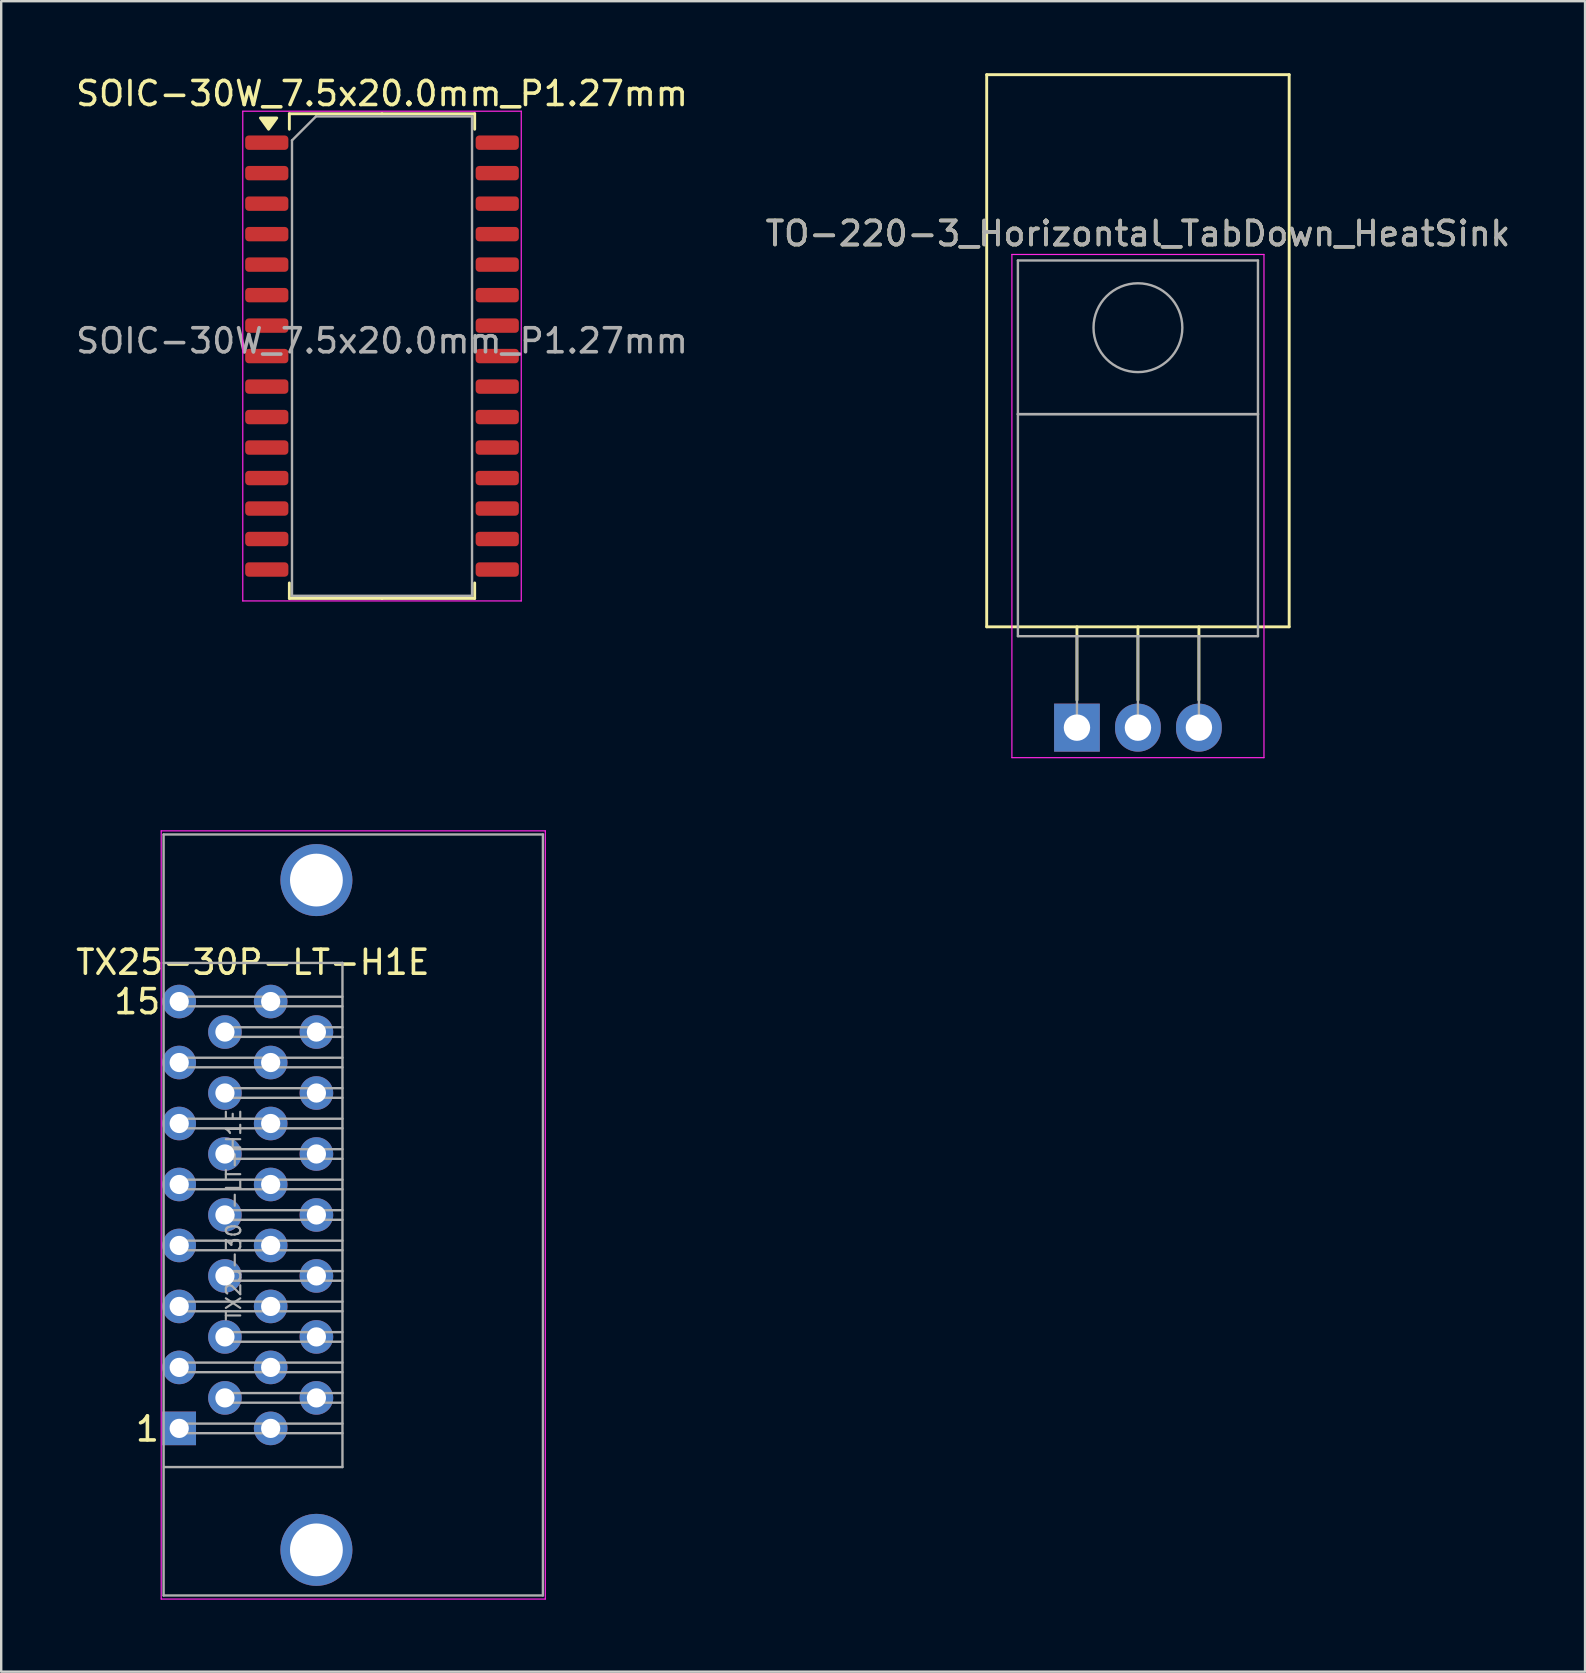
<source format=kicad_pcb>
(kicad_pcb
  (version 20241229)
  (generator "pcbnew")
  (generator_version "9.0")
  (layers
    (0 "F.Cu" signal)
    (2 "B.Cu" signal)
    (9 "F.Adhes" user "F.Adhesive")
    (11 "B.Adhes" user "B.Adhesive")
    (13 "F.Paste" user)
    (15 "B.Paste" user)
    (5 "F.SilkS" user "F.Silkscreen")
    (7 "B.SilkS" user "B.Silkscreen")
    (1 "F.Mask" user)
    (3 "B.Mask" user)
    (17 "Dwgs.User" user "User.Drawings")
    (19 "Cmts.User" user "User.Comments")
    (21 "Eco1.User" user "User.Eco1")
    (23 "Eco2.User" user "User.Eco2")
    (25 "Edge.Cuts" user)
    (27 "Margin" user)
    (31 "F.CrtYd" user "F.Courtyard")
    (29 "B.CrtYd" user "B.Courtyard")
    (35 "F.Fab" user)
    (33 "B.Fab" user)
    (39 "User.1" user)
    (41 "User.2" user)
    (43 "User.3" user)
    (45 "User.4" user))
  (footprint "SOIC-30W_7.5x20.0mm_P1.27mm"
    (layer "F.Cu")
    (at 12.863 11.783)
    (property "Reference" "SOIC-30W_7.5x20.0mm_P1.27mm" (at 0 -10.935 0) (layer "F.SilkS") (effects (font (size 1 1) (thickness 0.15))))
    (attr smd)
    (fp_line (start -3.86 -10.095) (end -3.86 -9.45) (stroke (width 0.12) (type solid)) (layer "F.SilkS"))
    (fp_line (start -3.86 10.095) (end -3.86 9.45) (stroke (width 0.12) (type solid)) (layer "F.SilkS"))
    (fp_line (start 0 -10.095) (end -3.86 -10.095) (stroke (width 0.12) (type solid)) (layer "F.SilkS"))
    (fp_line (start 0 -10.095) (end 3.86 -10.095) (stroke (width 0.12) (type solid)) (layer "F.SilkS"))
    (fp_line (start 0 10.095) (end -3.86 10.095) (stroke (width 0.12) (type solid)) (layer "F.SilkS"))
    (fp_line (start 0 10.095) (end 3.86 10.095) (stroke (width 0.12) (type solid)) (layer "F.SilkS"))
    (fp_line (start 3.86 -10.095) (end 3.86 -9.45) (stroke (width 0.12) (type solid)) (layer "F.SilkS"))
    (fp_line (start 3.86 10.095) (end 3.86 9.45) (stroke (width 0.12) (type solid)) (layer "F.SilkS"))
    (fp_poly (pts (xy -4.725 -9.45) (xy -5.065 -9.92) (xy -4.385 -9.92) (xy -4.725 -9.45)) (stroke (width 0.12) (type solid)) (fill yes) (layer "F.SilkS"))
    (fp_line (start -5.8 -10.2) (end -5.8 10.2) (stroke (width 0.05) (type solid)) (layer "F.CrtYd"))
    (fp_line (start -5.8 10.2) (end 5.8 10.2) (stroke (width 0.05) (type solid)) (layer "F.CrtYd"))
    (fp_line (start 5.8 -10.2) (end -5.8 -10.2) (stroke (width 0.05) (type solid)) (layer "F.CrtYd"))
    (fp_line (start 5.8 10.2) (end 5.8 -10.2) (stroke (width 0.05) (type solid)) (layer "F.CrtYd"))
    (fp_line (start -3.75 -8.985) (end -2.75 -9.985) (stroke (width 0.1) (type solid)) (layer "F.Fab"))
    (fp_line (start -3.75 9.985) (end -3.75 -8.985) (stroke (width 0.1) (type solid)) (layer "F.Fab"))
    (fp_line (start -2.75 -9.985) (end 3.75 -9.985) (stroke (width 0.1) (type solid)) (layer "F.Fab"))
    (fp_line (start 3.75 -9.985) (end 3.75 9.985) (stroke (width 0.1) (type solid)) (layer "F.Fab"))
    (fp_line (start 3.75 9.985) (end -3.75 9.985) (stroke (width 0.1) (type solid)) (layer "F.Fab"))
    (fp_text user "${REFERENCE}" (at 0 -0.635 0) (layer "F.Fab") (effects (font (size 1 1) (thickness 0.15))))
    (pad "1" smd roundrect (at -4.8 -8.89) (size 1.8 0.6) (layers "F.Cu" "F.Mask" "F.Paste") (roundrect_rratio 0.25))
    (pad "2" smd roundrect (at -4.8 -7.62) (size 1.8 0.6) (layers "F.Cu" "F.Mask" "F.Paste") (roundrect_rratio 0.25))
    (pad "3" smd roundrect (at -4.8 -6.35) (size 1.8 0.6) (layers "F.Cu" "F.Mask" "F.Paste") (roundrect_rratio 0.25))
    (pad "4" smd roundrect (at -4.8 -5.08) (size 1.8 0.6) (layers "F.Cu" "F.Mask" "F.Paste") (roundrect_rratio 0.25))
    (pad "5" smd roundrect (at -4.8 -3.81) (size 1.8 0.6) (layers "F.Cu" "F.Mask" "F.Paste") (roundrect_rratio 0.25))
    (pad "6" smd roundrect (at -4.8 -2.54) (size 1.8 0.6) (layers "F.Cu" "F.Mask" "F.Paste") (roundrect_rratio 0.25))
    (pad "7" smd roundrect (at -4.8 -1.27) (size 1.8 0.6) (layers "F.Cu" "F.Mask" "F.Paste") (roundrect_rratio 0.25))
    (pad "8" smd roundrect (at -4.8 0) (size 1.8 0.6) (layers "F.Cu" "F.Mask" "F.Paste") (roundrect_rratio 0.25))
    (pad "9" smd roundrect (at -4.8 1.27) (size 1.8 0.6) (layers "F.Cu" "F.Mask" "F.Paste") (roundrect_rratio 0.25))
    (pad "10" smd roundrect (at -4.8 2.54) (size 1.8 0.6) (layers "F.Cu" "F.Mask" "F.Paste") (roundrect_rratio 0.25))
    (pad "11" smd roundrect (at -4.8 3.81) (size 1.8 0.6) (layers "F.Cu" "F.Mask" "F.Paste") (roundrect_rratio 0.25))
    (pad "12" smd roundrect (at -4.8 5.08) (size 1.8 0.6) (layers "F.Cu" "F.Mask" "F.Paste") (roundrect_rratio 0.25))
    (pad "13" smd roundrect (at -4.8 6.35) (size 1.8 0.6) (layers "F.Cu" "F.Mask" "F.Paste") (roundrect_rratio 0.25))
    (pad "14" smd roundrect (at -4.8 7.62) (size 1.8 0.6) (layers "F.Cu" "F.Mask" "F.Paste") (roundrect_rratio 0.25))
    (pad "15" smd roundrect (at -4.8 8.89) (size 1.8 0.6) (layers "F.Cu" "F.Mask" "F.Paste") (roundrect_rratio 0.25))
    (pad "16" smd roundrect (at 4.8 8.89) (size 1.8 0.6) (layers "F.Cu" "F.Mask" "F.Paste") (roundrect_rratio 0.25))
    (pad "17" smd roundrect (at 4.8 7.62) (size 1.8 0.6) (layers "F.Cu" "F.Mask" "F.Paste") (roundrect_rratio 0.25))
    (pad "18" smd roundrect (at 4.8 6.35) (size 1.8 0.6) (layers "F.Cu" "F.Mask" "F.Paste") (roundrect_rratio 0.25))
    (pad "19" smd roundrect (at 4.8 5.08) (size 1.8 0.6) (layers "F.Cu" "F.Mask" "F.Paste") (roundrect_rratio 0.25))
    (pad "20" smd roundrect (at 4.8 3.81) (size 1.8 0.6) (layers "F.Cu" "F.Mask" "F.Paste") (roundrect_rratio 0.25))
    (pad "21" smd roundrect (at 4.8 2.54) (size 1.8 0.6) (layers "F.Cu" "F.Mask" "F.Paste") (roundrect_rratio 0.25))
    (pad "22" smd roundrect (at 4.8 1.27) (size 1.8 0.6) (layers "F.Cu" "F.Mask" "F.Paste") (roundrect_rratio 0.25))
    (pad "23" smd roundrect (at 4.8 0) (size 1.8 0.6) (layers "F.Cu" "F.Mask" "F.Paste") (roundrect_rratio 0.25))
    (pad "24" smd roundrect (at 4.8 -1.27) (size 1.8 0.6) (layers "F.Cu" "F.Mask" "F.Paste") (roundrect_rratio 0.25))
    (pad "25" smd roundrect (at 4.8 -2.54) (size 1.8 0.6) (layers "F.Cu" "F.Mask" "F.Paste") (roundrect_rratio 0.25))
    (pad "26" smd roundrect (at 4.8 -3.81) (size 1.8 0.6) (layers "F.Cu" "F.Mask" "F.Paste") (roundrect_rratio 0.25))
    (pad "27" smd roundrect (at 4.8 -5.08) (size 1.8 0.6) (layers "F.Cu" "F.Mask" "F.Paste") (roundrect_rratio 0.25))
    (pad "28" smd roundrect (at 4.8 -6.35) (size 1.8 0.6) (layers "F.Cu" "F.Mask" "F.Paste") (roundrect_rratio 0.25))
    (pad "29" smd roundrect (at 4.8 -7.62) (size 1.8 0.6) (layers "F.Cu" "F.Mask" "F.Paste") (roundrect_rratio 0.25))
    (pad "30" smd roundrect (at 4.8 -8.89) (size 1.8 0.6) (layers "F.Cu" "F.Mask" "F.Paste") (roundrect_rratio 0.25)))
  (footprint "TO-220-3_Horizontal_TabDown_HeatSink"
    (layer "F.Cu")
    (at 41.811 27.26)
    (property "Reference" "TO-220-3_Horizontal_TabDown_HeatSink" (at 2.54 -20.58 0) (layer "F.SilkS") (effects (font (size 1 1) (thickness 0.15))))
    (attr through_hole)
    (fp_line (start -3.76 -27.2) (end -3.76 -4.2) (stroke (width 0.12) (type solid)) (layer "F.SilkS"))
    (fp_line (start -3.76 -27.2) (end 8.84 -27.2) (stroke (width 0.12) (type solid)) (layer "F.SilkS"))
    (fp_line (start -3.76 -4.2) (end 8.84 -4.2) (stroke (width 0.12) (type solid)) (layer "F.SilkS"))
    (fp_line (start 0 -4.2) (end 0 -1.15) (stroke (width 0.12) (type solid)) (layer "F.SilkS"))
    (fp_line (start 2.54 -4.2) (end 2.54 -1.15) (stroke (width 0.12) (type solid)) (layer "F.SilkS"))
    (fp_line (start 5.08 -4.2) (end 5.08 -1.15) (stroke (width 0.12) (type solid)) (layer "F.SilkS"))
    (fp_line (start 8.84 -27.2) (end 8.84 -4.2) (stroke (width 0.12) (type solid)) (layer "F.SilkS"))
    (fp_line (start -2.71 -19.71) (end -2.71 1.25) (stroke (width 0.05) (type solid)) (layer "F.CrtYd"))
    (fp_line (start -2.71 1.25) (end 7.79 1.25) (stroke (width 0.05) (type solid)) (layer "F.CrtYd"))
    (fp_line (start 7.79 -19.71) (end -2.71 -19.71) (stroke (width 0.05) (type solid)) (layer "F.CrtYd"))
    (fp_line (start 7.79 1.25) (end 7.79 -19.71) (stroke (width 0.05) (type solid)) (layer "F.CrtYd"))
    (fp_line (start -2.46 -19.46) (end 7.54 -19.46) (stroke (width 0.1) (type solid)) (layer "F.Fab"))
    (fp_line (start -2.46 -13.06) (end -2.46 -19.46) (stroke (width 0.1) (type solid)) (layer "F.Fab"))
    (fp_line (start -2.46 -13.06) (end 7.54 -13.06) (stroke (width 0.1) (type solid)) (layer "F.Fab"))
    (fp_line (start -2.46 -3.81) (end -2.46 -13.06) (stroke (width 0.1) (type solid)) (layer "F.Fab"))
    (fp_line (start 0 -3.81) (end 0 0) (stroke (width 0.1) (type solid)) (layer "F.Fab"))
    (fp_line (start 2.54 -3.81) (end 2.54 0) (stroke (width 0.1) (type solid)) (layer "F.Fab"))
    (fp_line (start 5.08 -3.81) (end 5.08 0) (stroke (width 0.1) (type solid)) (layer "F.Fab"))
    (fp_line (start 7.54 -19.46) (end 7.54 -13.06) (stroke (width 0.1) (type solid)) (layer "F.Fab"))
    (fp_line (start 7.54 -13.06) (end -2.46 -13.06) (stroke (width 0.1) (type solid)) (layer "F.Fab"))
    (fp_line (start 7.54 -13.06) (end 7.54 -3.81) (stroke (width 0.1) (type solid)) (layer "F.Fab"))
    (fp_line (start 7.54 -3.81) (end -2.46 -3.81) (stroke (width 0.1) (type solid)) (layer "F.Fab"))
    (fp_circle (center 2.54 -16.66) (end 4.39 -16.66) (stroke (width 0.1) (type solid)) (fill no) (layer "F.Fab"))
    (fp_text user "${REFERENCE}" (at 2.54 -20.58 0) (layer "F.Fab") (effects (font (size 1 1) (thickness 0.15))))
    (pad "1" thru_hole rect (at 0 0) (size 1.905 2) (drill 1.1) (layers "*.Cu" "*.Mask"))
    (pad "2" thru_hole oval (at 2.54 0) (size 1.905 2) (drill 1.1) (layers "*.Cu" "*.Mask"))
    (pad "3" thru_hole oval (at 5.08 0) (size 1.905 2) (drill 1.1) (layers "*.Cu" "*.Mask")))
  (footprint "TX25-30P-LT-H1E"
    (layer "F.Cu")
    (at 4.415 47.56)
    (property "Reference" "TX25-30P-LT-H1E" (at 3.067 -10.525 0) (layer "F.SilkS") (effects (font (size 1 1) (thickness 0.15))))
    (attr through_hole)
    (fp_line (start -0.75 -16) (end -0.75 16) (stroke (width 0.05) (type solid)) (layer "F.CrtYd"))
    (fp_line (start -0.75 16) (end 15.25 16) (stroke (width 0.05) (type solid)) (layer "F.CrtYd"))
    (fp_line (start 15.25 -16) (end -0.75 -16) (stroke (width 0.05) (type solid)) (layer "F.CrtYd"))
    (fp_line (start 15.25 16) (end 15.25 -16) (stroke (width 0.05) (type solid)) (layer "F.CrtYd"))
    (fp_line (start -0.65 -15.85) (end -0.65 15.85) (stroke (width 0.1) (type solid)) (layer "F.Fab"))
    (fp_line (start -0.65 -15.85) (end 15.15 -15.85) (stroke (width 0.1) (type solid)) (layer "F.Fab"))
    (fp_line (start -0.65 15.85) (end 15.15 15.85) (stroke (width 0.1) (type solid)) (layer "F.Fab"))
    (fp_line (start 0 -8.69) (end 0 -9.09) (stroke (width 0.1) (type solid)) (layer "F.Fab"))
    (fp_line (start 0 -6.15) (end 0 -6.55) (stroke (width 0.1) (type solid)) (layer "F.Fab"))
    (fp_line (start 0 -3.61) (end 0 -4.01) (stroke (width 0.1) (type solid)) (layer "F.Fab"))
    (fp_line (start 0 -1.07) (end 0 -1.47) (stroke (width 0.1) (type solid)) (layer "F.Fab"))
    (fp_line (start 0 1.47) (end 0 1.07) (stroke (width 0.1) (type solid)) (layer "F.Fab"))
    (fp_line (start 0 4.01) (end 0 3.61) (stroke (width 0.1) (type solid)) (layer "F.Fab"))
    (fp_line (start 0 6.55) (end 0 6.15) (stroke (width 0.1) (type solid)) (layer "F.Fab"))
    (fp_line (start 0 9.09) (end 0 8.69) (stroke (width 0.1) (type solid)) (layer "F.Fab"))
    (fp_line (start 1.9 -7.42) (end 1.9 -7.82) (stroke (width 0.1) (type solid)) (layer "F.Fab"))
    (fp_line (start 1.9 -4.88) (end 1.9 -5.28) (stroke (width 0.1) (type solid)) (layer "F.Fab"))
    (fp_line (start 1.9 -2.34) (end 1.9 -2.74) (stroke (width 0.1) (type solid)) (layer "F.Fab"))
    (fp_line (start 1.9 0.2) (end 1.9 -0.2) (stroke (width 0.1) (type solid)) (layer "F.Fab"))
    (fp_line (start 1.9 2.74) (end 1.9 2.34) (stroke (width 0.1) (type solid)) (layer "F.Fab"))
    (fp_line (start 1.9 5.28) (end 1.9 4.88) (stroke (width 0.1) (type solid)) (layer "F.Fab"))
    (fp_line (start 1.9 7.82) (end 1.9 7.42) (stroke (width 0.1) (type solid)) (layer "F.Fab"))
    (fp_line (start 6.8 -10.5) (end -0.65 -10.5) (stroke (width 0.1) (type solid)) (layer "F.Fab"))
    (fp_line (start 6.8 -10.5) (end 6.8 10.5) (stroke (width 0.1) (type solid)) (layer "F.Fab"))
    (fp_line (start 6.8 -9.09) (end 0 -9.09) (stroke (width 0.1) (type solid)) (layer "F.Fab"))
    (fp_line (start 6.8 -8.69) (end 0 -8.69) (stroke (width 0.1) (type solid)) (layer "F.Fab"))
    (fp_line (start 6.8 -7.82) (end 1.9 -7.82) (stroke (width 0.1) (type solid)) (layer "F.Fab"))
    (fp_line (start 6.8 -7.42) (end 1.9 -7.42) (stroke (width 0.1) (type solid)) (layer "F.Fab"))
    (fp_line (start 6.8 -6.55) (end 0 -6.55) (stroke (width 0.1) (type solid)) (layer "F.Fab"))
    (fp_line (start 6.8 -6.15) (end 0 -6.15) (stroke (width 0.1) (type solid)) (layer "F.Fab"))
    (fp_line (start 6.8 -5.28) (end 1.9 -5.28) (stroke (width 0.1) (type solid)) (layer "F.Fab"))
    (fp_line (start 6.8 -4.88) (end 1.9 -4.88) (stroke (width 0.1) (type solid)) (layer "F.Fab"))
    (fp_line (start 6.8 -4.01) (end 0 -4.01) (stroke (width 0.1) (type solid)) (layer "F.Fab"))
    (fp_line (start 6.8 -3.61) (end 0 -3.61) (stroke (width 0.1) (type solid)) (layer "F.Fab"))
    (fp_line (start 6.8 -2.74) (end 1.9 -2.74) (stroke (width 0.1) (type solid)) (layer "F.Fab"))
    (fp_line (start 6.8 -2.34) (end 1.9 -2.34) (stroke (width 0.1) (type solid)) (layer "F.Fab"))
    (fp_line (start 6.8 -1.47) (end 0 -1.47) (stroke (width 0.1) (type solid)) (layer "F.Fab"))
    (fp_line (start 6.8 -1.07) (end 0 -1.07) (stroke (width 0.1) (type solid)) (layer "F.Fab"))
    (fp_line (start 6.8 -0.2) (end 1.9 -0.2) (stroke (width 0.1) (type solid)) (layer "F.Fab"))
    (fp_line (start 6.8 0.2) (end 1.9 0.2) (stroke (width 0.1) (type solid)) (layer "F.Fab"))
    (fp_line (start 6.8 1.07) (end 0 1.07) (stroke (width 0.1) (type solid)) (layer "F.Fab"))
    (fp_line (start 6.8 1.47) (end 0 1.47) (stroke (width 0.1) (type solid)) (layer "F.Fab"))
    (fp_line (start 6.8 2.34) (end 1.9 2.34) (stroke (width 0.1) (type solid)) (layer "F.Fab"))
    (fp_line (start 6.8 2.74) (end 1.9 2.74) (stroke (width 0.1) (type solid)) (layer "F.Fab"))
    (fp_line (start 6.8 3.61) (end 0 3.61) (stroke (width 0.1) (type solid)) (layer "F.Fab"))
    (fp_line (start 6.8 4.01) (end 0 4.01) (stroke (width 0.1) (type solid)) (layer "F.Fab"))
    (fp_line (start 6.8 4.88) (end 1.9 4.88) (stroke (width 0.1) (type solid)) (layer "F.Fab"))
    (fp_line (start 6.8 5.28) (end 1.9 5.28) (stroke (width 0.1) (type solid)) (layer "F.Fab"))
    (fp_line (start 6.8 6.15) (end 0 6.15) (stroke (width 0.1) (type solid)) (layer "F.Fab"))
    (fp_line (start 6.8 6.55) (end 0 6.55) (stroke (width 0.1) (type solid)) (layer "F.Fab"))
    (fp_line (start 6.8 7.42) (end 1.9 7.42) (stroke (width 0.1) (type solid)) (layer "F.Fab"))
    (fp_line (start 6.8 7.82) (end 1.9 7.82) (stroke (width 0.1) (type solid)) (layer "F.Fab"))
    (fp_line (start 6.8 8.69) (end 0 8.69) (stroke (width 0.1) (type solid)) (layer "F.Fab"))
    (fp_line (start 6.8 9.09) (end 0 9.09) (stroke (width 0.1) (type solid)) (layer "F.Fab"))
    (fp_line (start 6.8 10.5) (end -0.635 10.5) (stroke (width 0.1) (type solid)) (layer "F.Fab"))
    (fp_line (start 15.15 -15.85) (end 15.15 15.85) (stroke (width 0.1) (type solid)) (layer "F.Fab"))
    (fp_text user "15" (at -2.8 -8.3 0) (unlocked yes) (layer "F.SilkS") (effects (font (size 1 1) (thickness 0.15)) (justify left bottom)))
    (fp_text user "1" (at -1.9 9.5 0) (unlocked yes) (layer "F.SilkS") (effects (font (size 1 1) (thickness 0.15)) (justify left bottom)))
    (fp_text user "${REFERENCE}" (at 2.27 0 90) (layer "F.Fab") (effects (font (size 0.6 0.6) (thickness 0.09))))
    (pad "A1" thru_hole rect (at 0 8.89 180) (size 1.4 1.4) (drill 0.8) (layers "*.Cu" "*.Mask"))
    (pad "A2" thru_hole circle (at 1.905 7.62 180) (size 1.4 1.4) (drill 0.8) (layers "*.Cu" "*.Mask"))
    (pad "A3" thru_hole circle (at 0 6.35 180) (size 1.4 1.4) (drill 0.8) (layers "*.Cu" "*.Mask"))
    (pad "A4" thru_hole circle (at 1.905 5.08 180) (size 1.4 1.4) (drill 0.8) (layers "*.Cu" "*.Mask"))
    (pad "A5" thru_hole circle (at 0 3.81 180) (size 1.4 1.4) (drill 0.8) (layers "*.Cu" "*.Mask"))
    (pad "A6" thru_hole circle (at 1.905 2.54 180) (size 1.4 1.4) (drill 0.8) (layers "*.Cu" "*.Mask"))
    (pad "A7" thru_hole circle (at 0 1.27 180) (size 1.4 1.4) (drill 0.8) (layers "*.Cu" "*.Mask"))
    (pad "A8" thru_hole circle (at 1.905 0 180) (size 1.4 1.4) (drill 0.8) (layers "*.Cu" "*.Mask"))
    (pad "A9" thru_hole circle (at 0 -1.27 180) (size 1.4 1.4) (drill 0.8) (layers "*.Cu" "*.Mask"))
    (pad "A10" thru_hole circle (at 1.905 -2.54 180) (size 1.4 1.4) (drill 0.8) (layers "*.Cu" "*.Mask"))
    (pad "A11" thru_hole circle (at 0 -3.81 180) (size 1.4 1.4) (drill 0.8) (layers "*.Cu" "*.Mask"))
    (pad "A12" thru_hole circle (at 1.905 -5.08 180) (size 1.4 1.4) (drill 0.8) (layers "*.Cu" "*.Mask"))
    (pad "A13" thru_hole circle (at 0 -6.35 180) (size 1.4 1.4) (drill 0.8) (layers "*.Cu" "*.Mask"))
    (pad "A14" thru_hole circle (at 1.905 -7.62 180) (size 1.4 1.4) (drill 0.8) (layers "*.Cu" "*.Mask"))
    (pad "A15" thru_hole circle (at 0 -8.89 180) (size 1.4 1.4) (drill 0.8) (layers "*.Cu" "*.Mask"))
    (pad "B1" thru_hole circle (at 3.81 8.89 180) (size 1.4 1.4) (drill 0.8) (layers "*.Cu" "*.Mask"))
    (pad "B2" thru_hole circle (at 5.715 7.62 180) (size 1.4 1.4) (drill 0.8) (layers "*.Cu" "*.Mask"))
    (pad "B3" thru_hole circle (at 3.81 6.35 180) (size 1.4 1.4) (drill 0.8) (layers "*.Cu" "*.Mask"))
    (pad "B4" thru_hole circle (at 5.715 5.08 180) (size 1.4 1.4) (drill 0.8) (layers "*.Cu" "*.Mask"))
    (pad "B5" thru_hole circle (at 3.81 3.81 180) (size 1.4 1.4) (drill 0.8) (layers "*.Cu" "*.Mask"))
    (pad "B6" thru_hole circle (at 5.715 2.54 180) (size 1.4 1.4) (drill 0.8) (layers "*.Cu" "*.Mask"))
    (pad "B7" thru_hole circle (at 3.81 1.27 180) (size 1.4 1.4) (drill 0.8) (layers "*.Cu" "*.Mask"))
    (pad "B8" thru_hole circle (at 5.715 0 180) (size 1.4 1.4) (drill 0.8) (layers "*.Cu" "*.Mask"))
    (pad "B9" thru_hole circle (at 3.81 -1.27 180) (size 1.4 1.4) (drill 0.8) (layers "*.Cu" "*.Mask"))
    (pad "B10" thru_hole circle (at 5.715 -2.54 180) (size 1.4 1.4) (drill 0.8) (layers "*.Cu" "*.Mask"))
    (pad "B11" thru_hole circle (at 3.81 -3.81 180) (size 1.4 1.4) (drill 0.8) (layers "*.Cu" "*.Mask"))
    (pad "B12" thru_hole circle (at 5.715 -5.08 180) (size 1.4 1.4) (drill 0.8) (layers "*.Cu" "*.Mask"))
    (pad "B13" thru_hole circle (at 3.81 -6.35 180) (size 1.4 1.4) (drill 0.8) (layers "*.Cu" "*.Mask"))
    (pad "B14" thru_hole circle (at 5.715 -7.62 180) (size 1.4 1.4) (drill 0.8) (layers "*.Cu" "*.Mask"))
    (pad "B15" thru_hole circle (at 3.81 -8.89 180) (size 1.4 1.4) (drill 0.8) (layers "*.Cu" "*.Mask"))
    (pad "MH" thru_hole circle (at 5.715 -13.95) (size 3 3) (drill 2.2) (layers "*.Cu" "*.Mask"))
    (pad "MH" thru_hole circle (at 5.715 13.95) (size 3 3) (drill 2.2) (layers "*.Cu" "*.Mask")))
  (gr_rect
    (start -3 -3)
    (end 62.976 66.585)
    (stroke (width 0.1) (type default))
    (fill no)
    (layer "Edge.Cuts")))
</source>
